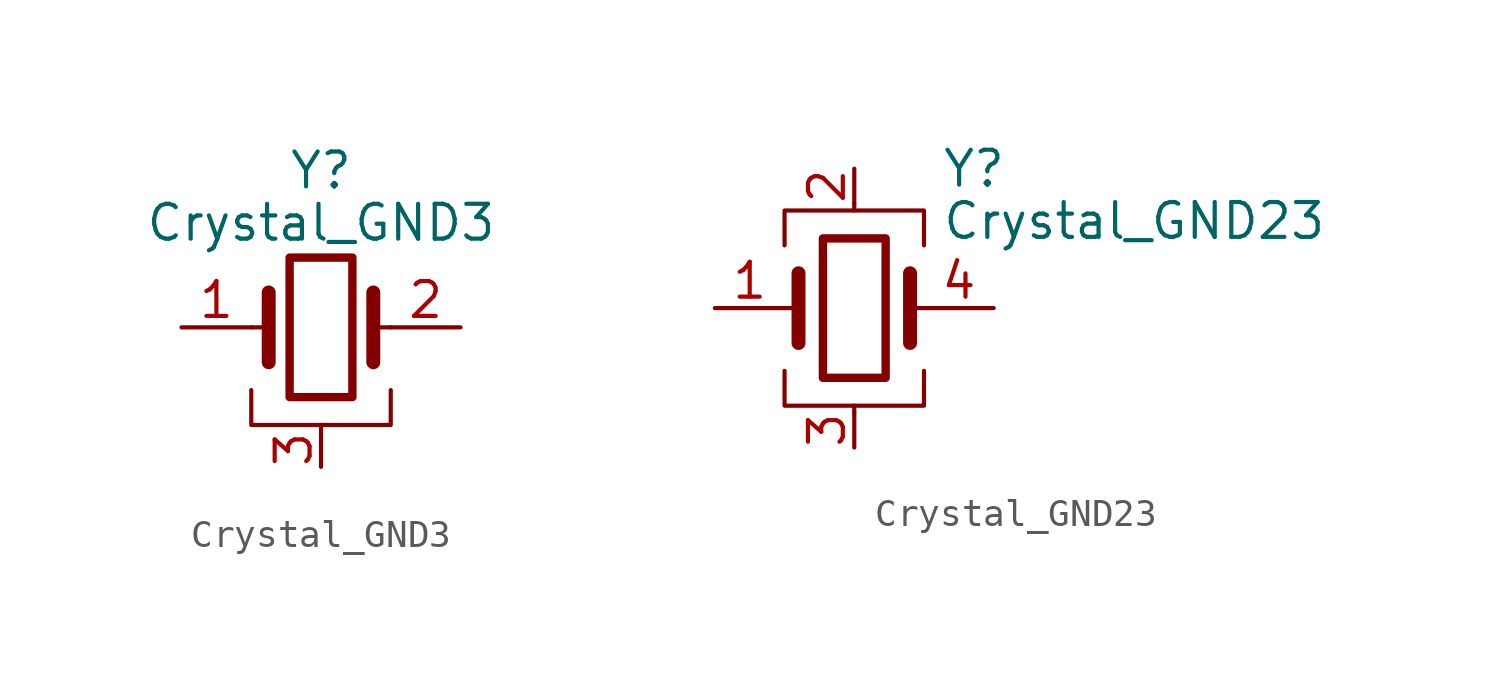
<source format=kicad_sym>
(kicad_symbol_lib
  (version 20220914)
  (generator kicad_symbol_editor)
  (symbol "Crystal_GND3"
    (pin_names
      (offset 1.016) hide)
    (property "Reference" "Y"
      (at 0 5.715 0)
      (effects (font (size 1.27 1.27))))
    (property "Value" "Crystal_GND3"
      (at 0 3.81 0)
      (effects (font (size 1.27 1.27))))
    (symbol "Crystal_GND3_0_1"
      (rectangle (start -1.143 2.54) (end 1.143 -2.54) (stroke (width 0.305) (type default)) (fill (type none)))
      (polyline (pts (xy -2.54 0) (xy -1.905 0)) (stroke (width 0) (type default)) (fill (type none)))
      (polyline (pts (xy -1.905 -1.27) (xy -1.905 1.27)) (stroke (width 0.508) (type default)) (fill (type none)))
      (polyline (pts (xy 0 -3.81) (xy 0 -3.556)) (stroke (width 0) (type default)) (fill (type none)))
      (polyline (pts (xy 1.905 0) (xy 2.54 0)) (stroke (width 0) (type default)) (fill (type none)))
      (polyline (pts (xy 1.905 1.27) (xy 1.905 -1.27)) (stroke (width 0.508) (type default)) (fill (type none)))
      (polyline (pts (xy -2.54 -2.286) (xy -2.54 -3.556) (xy 2.54 -3.556) (xy 2.54 -2.286)) (stroke (width 0) (type default)) (fill (type none))))
    (symbol "Crystal_GND3_1_1"
      (pin passive line (at -5.08 0 0) (length 2.54) (name "1" (effects (font (size 1.27 1.27)))) (number "1" (effects (font (size 1.27 1.27)))))
      (pin passive line (at 5.08 0 180) (length 2.54) (name "2" (effects (font (size 1.27 1.27)))) (number "2" (effects (font (size 1.27 1.27)))))
      (pin passive line (at 0 -5.08 90) (length 1.27) (name "3" (effects (font (size 1.27 1.27)))) (number "3" (effects (font (size 1.27 1.27)))))))
  (symbol "Crystal_GND23"
    (pin_names
      (offset 1.016) hide)
    (property "Reference" "Y"
      (at 3.175 5.08 0)
      (effects (font (size 1.27 1.27)) (justify left)))
    (property "Value" "Crystal_GND23"
      (at 3.175 3.175 0)
      (effects (font (size 1.27 1.27)) (justify left)))
    (symbol "Crystal_GND23_0_1"
      (rectangle (start -1.143 2.54) (end 1.143 -2.54) (stroke (width 0.305) (type default)) (fill (type none)))
      (polyline (pts (xy -2.54 0) (xy -2.032 0)) (stroke (width 0) (type default)) (fill (type none)))
      (polyline (pts (xy -2.032 -1.27) (xy -2.032 1.27)) (stroke (width 0.508) (type default)) (fill (type none)))
      (polyline (pts (xy 0 -3.81) (xy 0 -3.556)) (stroke (width 0) (type default)) (fill (type none)))
      (polyline (pts (xy 0 3.556) (xy 0 3.81)) (stroke (width 0) (type default)) (fill (type none)))
      (polyline (pts (xy 2.032 -1.27) (xy 2.032 1.27)) (stroke (width 0.508) (type default)) (fill (type none)))
      (polyline (pts (xy 2.032 0) (xy 2.54 0)) (stroke (width 0) (type default)) (fill (type none)))
      (polyline (pts (xy -2.54 -2.286) (xy -2.54 -3.556) (xy 2.54 -3.556) (xy 2.54 -2.286)) (stroke (width 0) (type default)) (fill (type none)))
      (polyline (pts (xy -2.54 2.286) (xy -2.54 3.556) (xy 2.54 3.556) (xy 2.54 2.286)) (stroke (width 0) (type default)) (fill (type none))))
    (symbol "Crystal_GND23_1_1"
      (pin passive line (at -5.08 0 0) (length 2.54) (name "1" (effects (font (size 1.27 1.27)))) (number "1" (effects (font (size 1.27 1.27)))))
      (pin passive line (at 0 5.08 270) (length 1.27) (name "2" (effects (font (size 1.27 1.27)))) (number "2" (effects (font (size 1.27 1.27)))))
      (pin passive line (at 0 -5.08 90) (length 1.27) (name "3" (effects (font (size 1.27 1.27)))) (number "3" (effects (font (size 1.27 1.27)))))
      (pin passive line (at 5.08 0 180) (length 2.54) (name "4" (effects (font (size 1.27 1.27)))) (number "4" (effects (font (size 1.27 1.27))))))))
</source>
